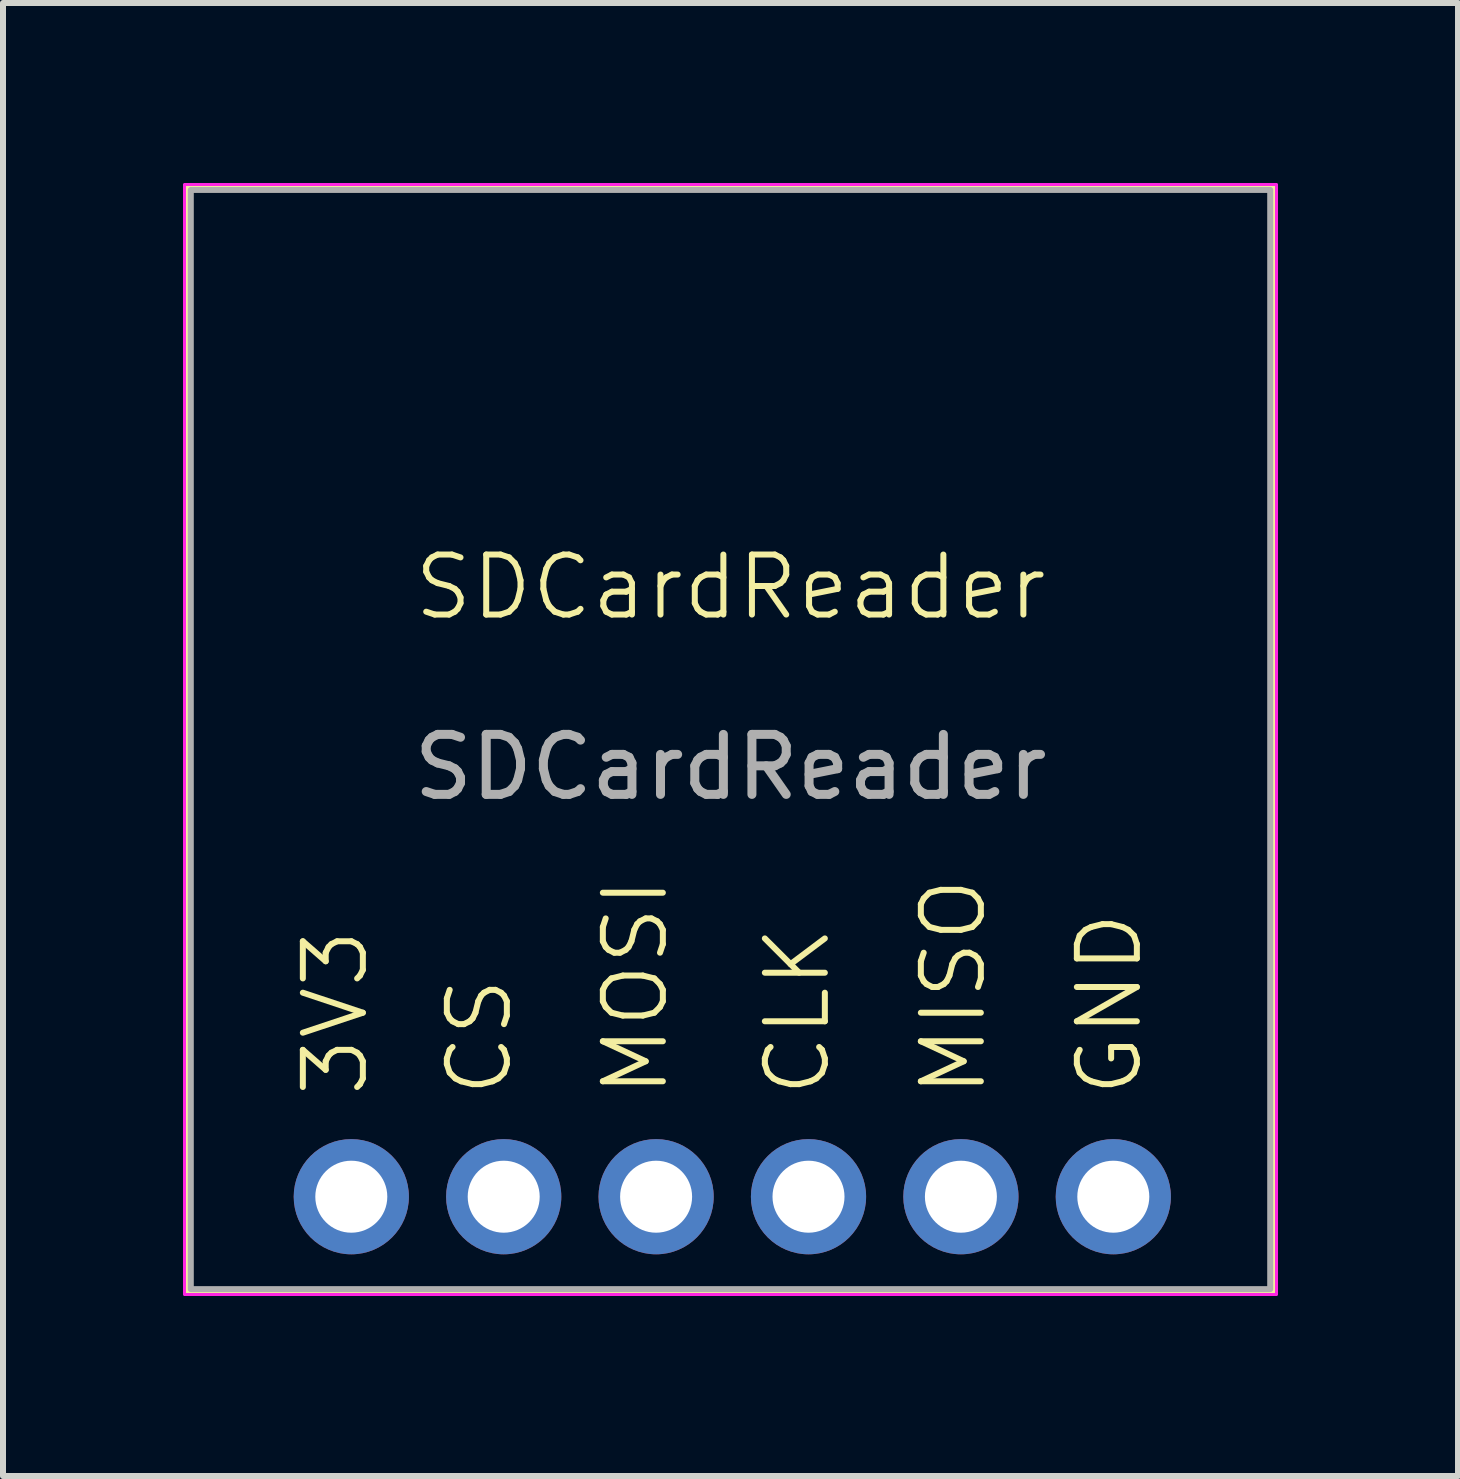
<source format=kicad_pcb>
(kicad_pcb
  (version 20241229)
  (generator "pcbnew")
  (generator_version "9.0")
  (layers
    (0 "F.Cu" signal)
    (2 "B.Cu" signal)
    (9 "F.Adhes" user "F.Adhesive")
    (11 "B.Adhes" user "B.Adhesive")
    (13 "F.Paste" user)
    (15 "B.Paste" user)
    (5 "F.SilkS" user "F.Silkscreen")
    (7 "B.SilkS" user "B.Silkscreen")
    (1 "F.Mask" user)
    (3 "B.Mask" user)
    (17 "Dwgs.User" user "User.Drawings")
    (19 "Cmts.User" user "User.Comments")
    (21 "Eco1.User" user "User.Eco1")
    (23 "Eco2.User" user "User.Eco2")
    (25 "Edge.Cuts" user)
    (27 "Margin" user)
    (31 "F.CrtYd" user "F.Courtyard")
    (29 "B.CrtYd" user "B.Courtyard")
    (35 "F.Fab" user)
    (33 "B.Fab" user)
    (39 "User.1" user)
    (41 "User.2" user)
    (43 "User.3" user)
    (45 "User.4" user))
  (footprint "SDCardReader"
    (layer "F.Cu")
    (at 9.125 9.275)
    (property "Reference" "SDCardReader" (at 0 -2.54 0) (unlocked yes) (layer "F.SilkS") (effects (font (size 1 1) (thickness 0.1))))
    (attr through_hole)
    (fp_rect (start -9.05 -9.2) (end 9.05 9.2) (stroke (width 0.1) (type solid)) (fill no) (layer "F.SilkS"))
    (fp_rect (start -9.1 -9.25) (end 9.1 9.25) (stroke (width 0.05) (type solid)) (fill no) (layer "F.CrtYd"))
    (fp_rect (start -8.995 -9.16) (end 8.995 9.16) (stroke (width 0.1) (type solid)) (fill no) (layer "F.Fab"))
    (fp_text user "3V3" (at -6 6 90) (unlocked yes) (layer "F.SilkS") (effects (font (size 1 1) (thickness 0.1)) (justify left bottom)))
    (fp_text user "MOSI" (at -1 6 90) (unlocked yes) (layer "F.SilkS") (effects (font (size 1 1) (thickness 0.1)) (justify left bottom)))
    (fp_text user "CLK" (at 1.7 6 90) (unlocked yes) (layer "F.SilkS") (effects (font (size 1 1) (thickness 0.1)) (justify left bottom)))
    (fp_text user "CS" (at -3.6 6 90) (unlocked yes) (layer "F.SilkS") (effects (font (size 1 1) (thickness 0.1)) (justify left bottom)))
    (fp_text user "MISO" (at 4.3 6 90) (unlocked yes) (layer "F.SilkS") (effects (font (size 1 1) (thickness 0.1)) (justify left bottom)))
    (fp_text user "GND" (at 6.9 6 90) (unlocked yes) (layer "F.SilkS") (effects (font (size 1 1) (thickness 0.1)) (justify left bottom)))
    (fp_text user "${REFERENCE}" (at 0 0.46 0) (unlocked yes) (layer "F.Fab") (effects (font (size 1 1) (thickness 0.15))))
    (pad "1" thru_hole circle (at -6.32 7.62) (size 1.92 1.92) (drill 1.2) (layers "*.Cu" "*.Mask"))
    (pad "2" thru_hole circle (at -3.78 7.62) (size 1.92 1.92) (drill 1.2) (layers "*.Cu" "*.Mask"))
    (pad "3" thru_hole circle (at -1.24 7.62) (size 1.92 1.92) (drill 1.2) (layers "*.Cu" "*.Mask"))
    (pad "4" thru_hole circle (at 1.3 7.62) (size 1.92 1.92) (drill 1.2) (layers "*.Cu" "*.Mask"))
    (pad "5" thru_hole circle (at 3.84 7.62) (size 1.92 1.92) (drill 1.2) (layers "*.Cu" "*.Mask"))
    (pad "6" thru_hole circle (at 6.38 7.62) (size 1.92 1.92) (drill 1.2) (layers "*.Cu" "*.Mask")))
  (gr_rect
    (start -3 -3)
    (end 21.25 21.55)
    (stroke (width 0.1) (type default))
    (fill no)
    (layer "Edge.Cuts")))
</source>
